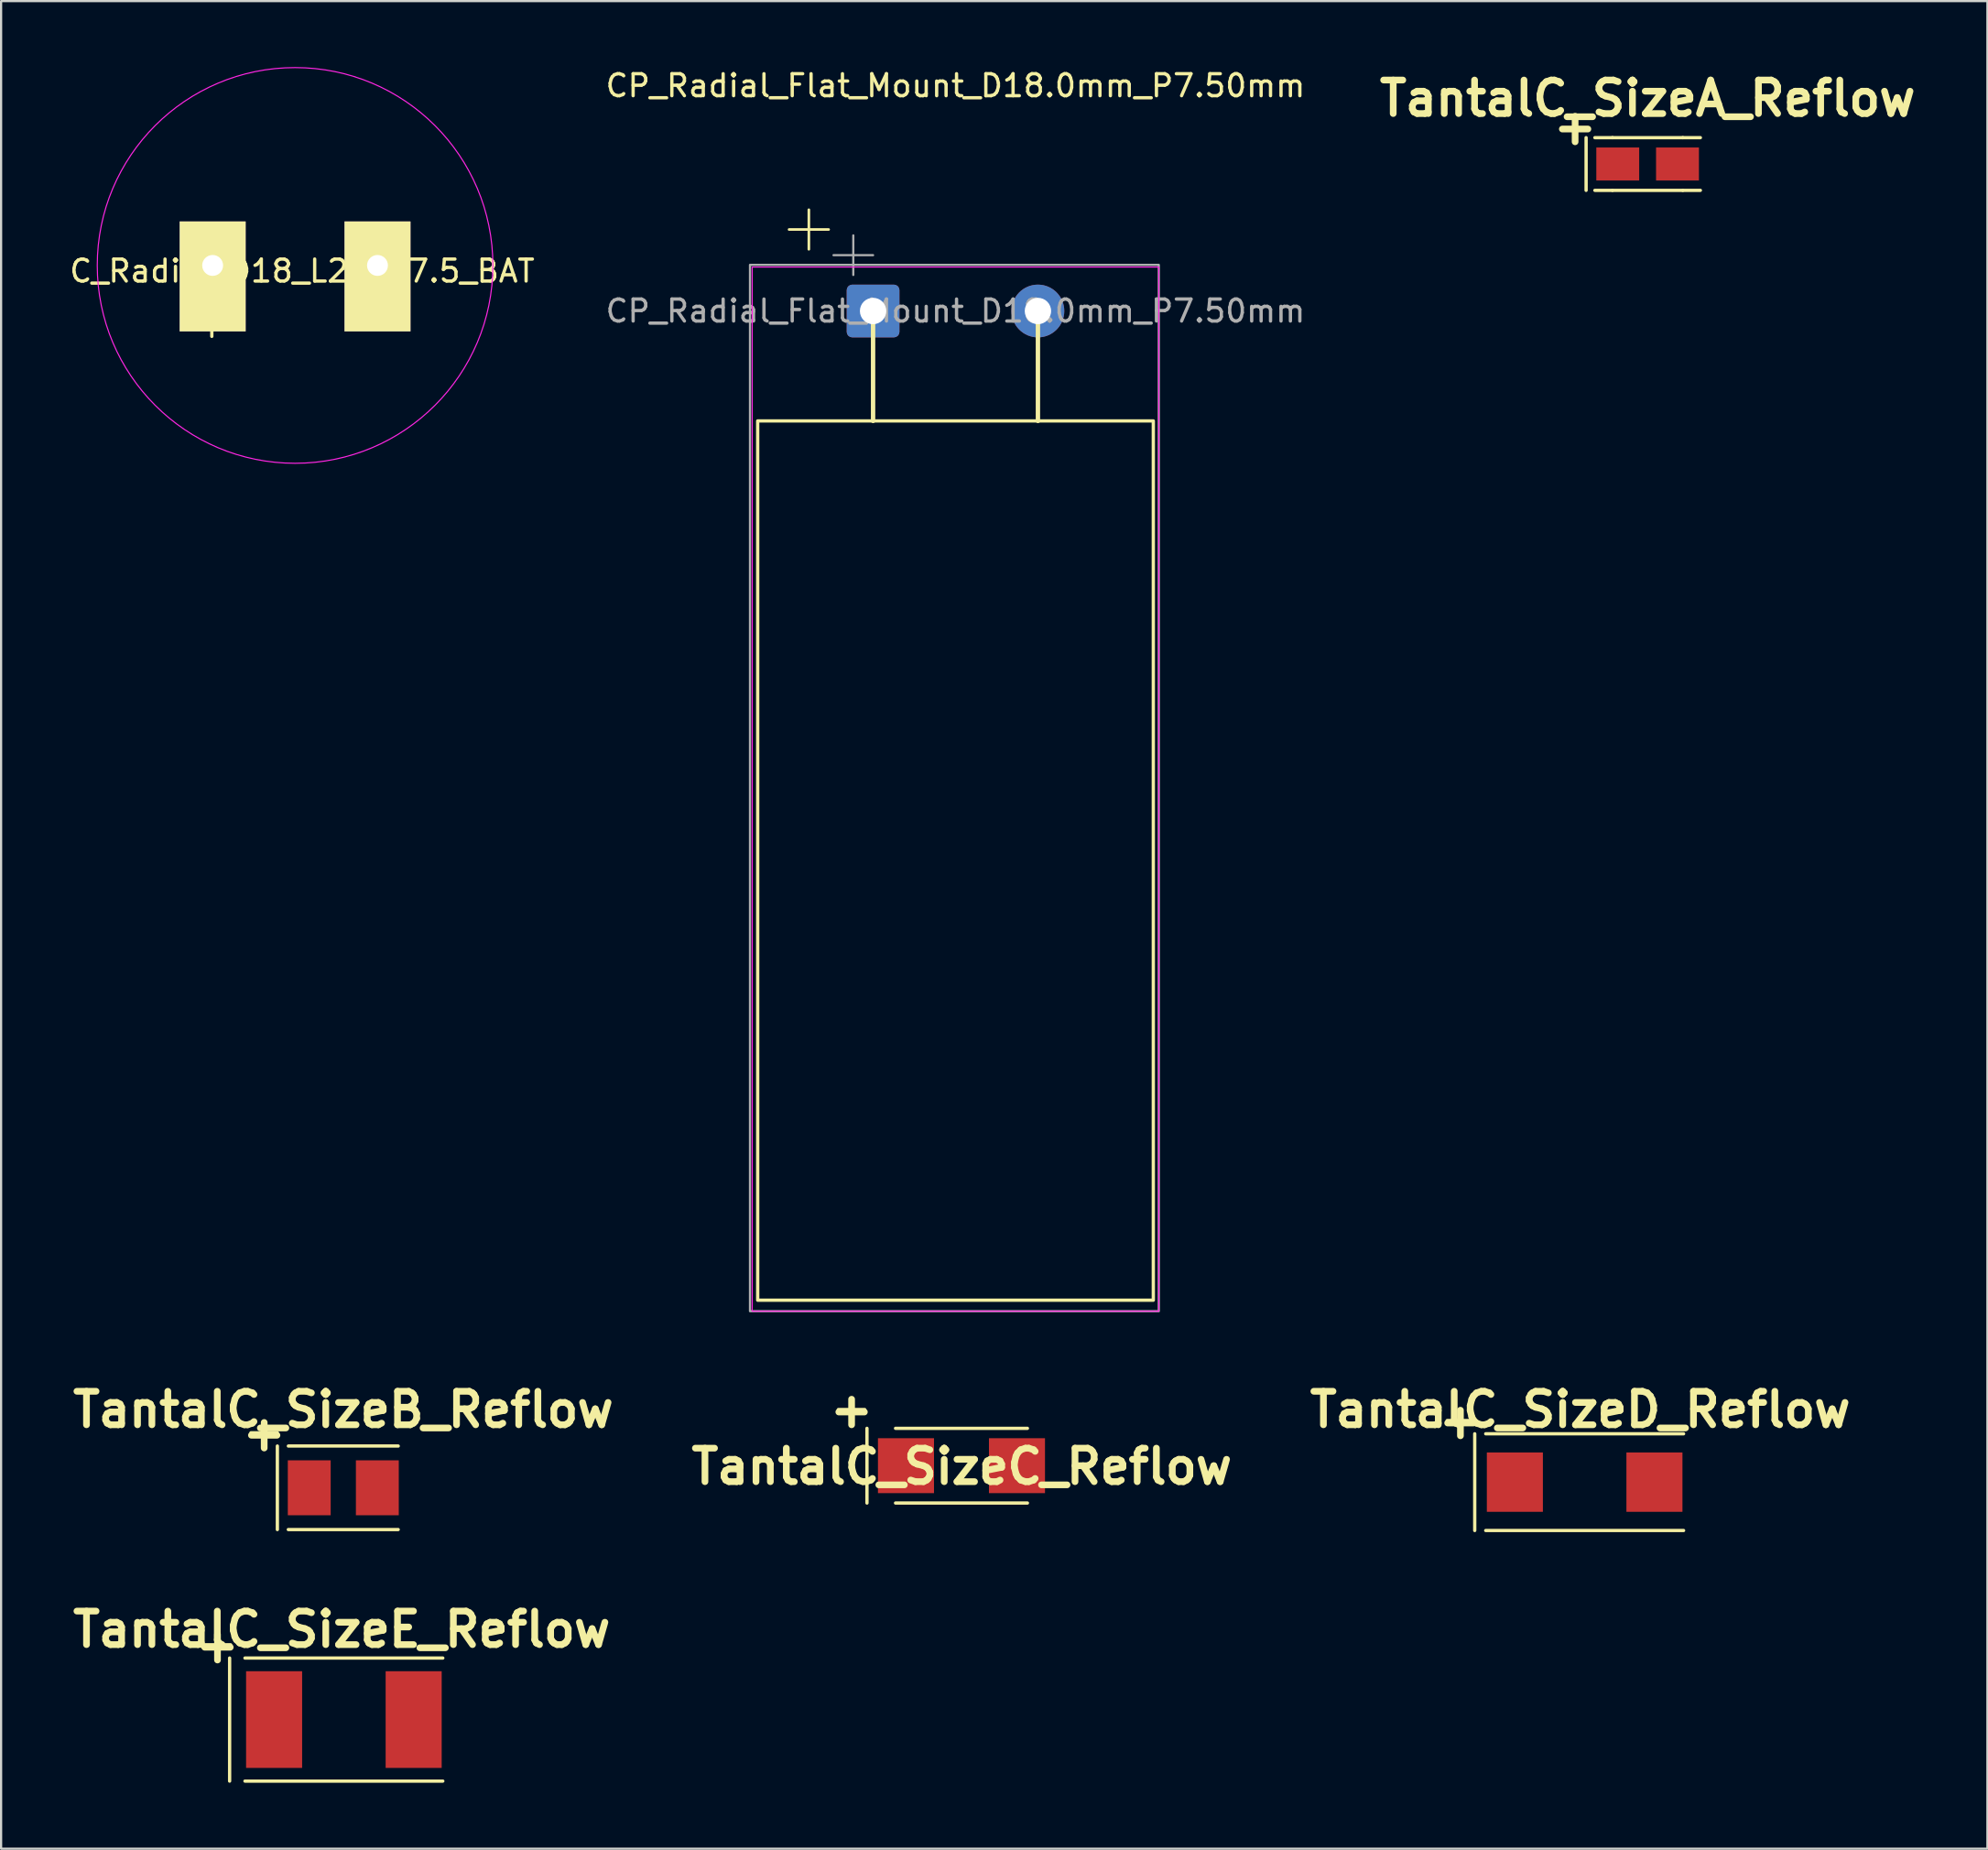
<source format=kicad_pcb>
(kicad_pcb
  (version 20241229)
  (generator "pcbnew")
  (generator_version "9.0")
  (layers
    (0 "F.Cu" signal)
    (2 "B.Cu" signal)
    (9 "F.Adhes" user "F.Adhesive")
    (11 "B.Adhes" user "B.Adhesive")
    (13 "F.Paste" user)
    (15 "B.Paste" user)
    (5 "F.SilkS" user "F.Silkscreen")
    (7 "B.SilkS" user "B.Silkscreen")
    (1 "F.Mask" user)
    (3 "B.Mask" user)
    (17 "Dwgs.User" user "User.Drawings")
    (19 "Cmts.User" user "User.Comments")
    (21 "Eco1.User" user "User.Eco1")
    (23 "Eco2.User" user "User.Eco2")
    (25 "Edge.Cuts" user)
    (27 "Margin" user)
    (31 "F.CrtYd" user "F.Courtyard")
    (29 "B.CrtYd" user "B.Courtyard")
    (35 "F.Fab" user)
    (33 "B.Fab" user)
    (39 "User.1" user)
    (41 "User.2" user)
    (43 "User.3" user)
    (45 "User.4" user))
  (footprint "TantalC_SizeE_Reflow"
    (layer "F.Cu")
    (at 12.596 75.175)
    (property "Reference" "TantalC_SizeE_Reflow" (at -0.099 -4.1 0) (layer "F.SilkS") (effects (font (size 1.524 1.524) (thickness 0.305))))
    (attr smd)
    (fp_line (start -6.353 -3.401) (end -5.154 -3.401) (stroke (width 0.15) (type solid)) (layer "F.SilkS"))
    (fp_line (start -5.753 -3.901) (end -5.753 -2.802) (stroke (width 0.15) (type solid)) (layer "F.SilkS"))
    (fp_line (start -5.199 -2.799) (end -5.199 2.799) (stroke (width 0.15) (type solid)) (layer "F.SilkS"))
    (fp_line (start -4.501 2.799) (end 4.501 2.799) (stroke (width 0.15) (type solid)) (layer "F.SilkS"))
    (fp_line (start 4.501 -2.799) (end -4.501 -2.799) (stroke (width 0.15) (type solid)) (layer "F.SilkS"))
    (fp_text user "+" (at -5.751 -3.399 0) (layer "F.SilkS") (effects (font (size 1.524 1.524) (thickness 0.305))))
    (pad "1" smd rect (at -3.175 0) (size 2.55 4.399) (layers "F.Cu" "F.Mask" "F.Paste"))
    (pad "2" smd rect (at 3.175 0) (size 2.55 4.399) (layers "F.Cu" "F.Mask" "F.Paste")))
  (footprint "CP_Radial_Flat_Mount_D18.0mm_P7.50mm"
    (layer "F.Cu")
    (at 36.673 11.098)
    (property "Reference" "CP_Radial_Flat_Mount_D18.0mm_P7.50mm" (at 3.75 -10.25 0) (layer "F.SilkS") (effects (font (size 1 1) (thickness 0.15))))
    (attr through_hole)
    (fp_line (start -3.822 -3.708) (end -2.022 -3.708) (stroke (width 0.12) (type solid)) (layer "F.SilkS"))
    (fp_line (start -2.922 -4.607) (end -2.922 -2.808) (stroke (width 0.12) (type solid)) (layer "F.SilkS"))
    (fp_line (start 0 5) (end 0 0) (stroke (width 0.2) (type solid)) (layer "F.SilkS"))
    (fp_line (start 7.5 0) (end 7.5 5) (stroke (width 0.2) (type solid)) (layer "F.SilkS"))
    (fp_rect (start -5.25 5) (end 12.75 45) (stroke (width 0.15) (type solid)) (fill no) (layer "F.SilkS"))
    (fp_rect (start -5.5 -2) (end 13 45.5) (stroke (width 0.05) (type solid)) (fill no) (layer "F.CrtYd"))
    (fp_line (start -1.8 -2.54) (end 0 -2.54) (stroke (width 0.1) (type solid)) (layer "F.Fab"))
    (fp_line (start -0.9 -3.44) (end -0.9 -1.64) (stroke (width 0.1) (type solid)) (layer "F.Fab"))
    (fp_rect (start -5.6 -2.1) (end 13 45.5) (stroke (width 0.1) (type solid)) (fill no) (layer "F.Fab"))
    (fp_text user "${REFERENCE}" (at 3.75 0 0) (layer "F.Fab") (effects (font (size 1 1) (thickness 0.15))))
    (pad "1" thru_hole roundrect (at 0 0) (size 2.4 2.4) (drill 1.2) (layers "*.Cu" "*.Mask") (roundrect_rratio 0.104))
    (pad "2" thru_hole circle (at 7.5 0) (size 2.4 2.4) (drill 1.2) (layers "*.Cu" "*.Mask")))
  (footprint "TantalC_SizeB_Reflow"
    (layer "F.Cu")
    (at 12.569 64.631)
    (property "Reference" "TantalC_SizeB_Reflow" (at 0 -3.556 0) (layer "F.SilkS") (effects (font (size 1.524 1.524) (thickness 0.305))))
    (attr smd)
    (fp_line (start -4.201 -2.502) (end -3.002 -2.502) (stroke (width 0.15) (type solid)) (layer "F.SilkS"))
    (fp_line (start -3.602 -3.002) (end -3.602 -1.902) (stroke (width 0.15) (type solid)) (layer "F.SilkS"))
    (fp_line (start -3 -1.9) (end -3 1.9) (stroke (width 0.15) (type solid)) (layer "F.SilkS"))
    (fp_line (start 2.497 1.9) (end -2.502 1.9) (stroke (width 0.15) (type solid)) (layer "F.SilkS"))
    (fp_line (start 2.499 -1.9) (end -2.499 -1.9) (stroke (width 0.15) (type solid)) (layer "F.SilkS"))
    (fp_text user "+" (at -3.599 -2.499 0) (layer "F.SilkS") (effects (font (size 1.524 1.524) (thickness 0.305))))
    (pad "1" smd rect (at -1.549 0) (size 1.951 2.499) (layers "F.Cu" "F.Mask" "F.Paste"))
    (pad "2" smd rect (at 1.549 0) (size 1.951 2.499) (layers "F.Cu" "F.Mask" "F.Paste")))
  (footprint "TantalC_SizeD_Reflow"
    (layer "F.Cu")
    (at 69.048 64.374)
    (property "Reference" "TantalC_SizeD_Reflow" (at -0.201 -3.299 0) (layer "F.SilkS") (effects (font (size 1.524 1.524) (thickness 0.305))))
    (attr smd)
    (fp_line (start -6.253 -2.802) (end -5.055 -2.802) (stroke (width 0.15) (type solid)) (layer "F.SilkS"))
    (fp_line (start -5.654 -3.302) (end -5.654 -2.202) (stroke (width 0.15) (type solid)) (layer "F.SilkS"))
    (fp_line (start -5.001 -2.2) (end -5.001 2.2) (stroke (width 0.15) (type solid)) (layer "F.SilkS"))
    (fp_line (start -4.501 2.2) (end 4.501 2.2) (stroke (width 0.15) (type solid)) (layer "F.SilkS"))
    (fp_line (start 4.501 -2.2) (end -4.501 -2.2) (stroke (width 0.15) (type solid)) (layer "F.SilkS"))
    (fp_text user "+" (at -5.652 -2.799 0) (layer "F.SilkS") (effects (font (size 1.524 1.524) (thickness 0.305))))
    (pad "1" smd rect (at -3.175 0) (size 2.55 2.7) (layers "F.Cu" "F.Mask" "F.Paste"))
    (pad "2" smd rect (at 3.175 0) (size 2.55 2.7) (layers "F.Cu" "F.Mask" "F.Paste")))
  (footprint "TantalC_SizeA_Reflow"
    (layer "F.Cu")
    (at 71.913 4.474)
    (property "Reference" "TantalC_SizeA_Reflow" (at 0 -3.048 0) (layer "F.SilkS") (effects (font (size 1.524 1.524) (thickness 0.305))))
    (attr smd)
    (fp_line (start -2.799 -1.262) (end -2.799 1.135) (stroke (width 0.15) (type solid)) (layer "F.SilkS"))
    (fp_line (start -1.6 -1.262) (end -2.4 -1.262) (stroke (width 0.15) (type solid)) (layer "F.SilkS"))
    (fp_line (start -1.6 1.135) (end -2.4 1.135) (stroke (width 0.15) (type solid)) (layer "F.SilkS"))
    (fp_line (start 1.6 -1.262) (end -1.6 -1.262) (stroke (width 0.15) (type solid)) (layer "F.SilkS"))
    (fp_line (start 1.6 -1.262) (end 2.4 -1.262) (stroke (width 0.15) (type solid)) (layer "F.SilkS"))
    (fp_line (start 1.6 1.135) (end -1.6 1.135) (stroke (width 0.15) (type solid)) (layer "F.SilkS"))
    (fp_line (start 1.6 1.135) (end 2.4 1.135) (stroke (width 0.15) (type solid)) (layer "F.SilkS"))
    (fp_text user "+" (at -3.299 -1.763 0) (layer "F.SilkS") (effects (font (size 1.524 1.524) (thickness 0.305))))
    (pad "1" smd rect (at -1.359 -0.064) (size 1.951 1.501) (layers "F.Cu" "F.Mask" "F.Paste"))
    (pad "2" smd rect (at 1.359 -0.064) (size 1.951 1.501) (layers "F.Cu" "F.Mask" "F.Paste")))
  (footprint "TantalC_SizeC_Reflow"
    (layer "F.Cu")
    (at 40.695 63.625)
    (property "Reference" "TantalC_SizeC_Reflow" (at 0.013 0.038 0) (layer "F.SilkS") (effects (font (size 1.524 1.524) (thickness 0.305))))
    (attr smd)
    (fp_line (start -5.601 -2.553) (end -4.402 -2.553) (stroke (width 0.15) (type solid)) (layer "F.SilkS"))
    (fp_line (start -5.001 -3.053) (end -5.001 -1.953) (stroke (width 0.15) (type solid)) (layer "F.SilkS"))
    (fp_line (start -4.3 -1.699) (end -4.3 1.699) (stroke (width 0.15) (type solid)) (layer "F.SilkS"))
    (fp_line (start 3 -1.699) (end -3 -1.699) (stroke (width 0.15) (type solid)) (layer "F.SilkS"))
    (fp_line (start 3 1.699) (end -3 1.699) (stroke (width 0.15) (type solid)) (layer "F.SilkS"))
    (fp_text user "+" (at -4.999 -2.55 0) (layer "F.SilkS") (effects (font (size 1.524 1.524) (thickness 0.305))))
    (pad "1" smd rect (at -2.525 0) (size 2.55 2.499) (layers "F.Cu" "F.Mask" "F.Paste"))
    (pad "2" smd rect (at 2.525 0) (size 2.55 2.499) (layers "F.Cu" "F.Mask" "F.Paste")))
  (footprint "C_Radial_D18_L25_P7.5_BAT"
    (layer "F.Cu")
    (at 6.625 9.025)
    (property "Reference" "C_Radial_D18_L25_P7.5_BAT" (at 4.071 0.254 0) (layer "F.SilkS") (effects (font (size 1 1) (thickness 0.15))))
    (attr through_hole)
    (fp_circle (center 7.5 0) (end 7.5 -1) (stroke (width 0.15) (type solid)) (fill no) (layer "F.SilkS"))
    (fp_circle (center 3.75 0) (end 3.75 9) (stroke (width 0.05) (type solid)) (fill no) (layer "F.CrtYd"))
    (fp_text user "+" (at -0.038 2.54 0) (layer "F.SilkS") (effects (font (size 1.5 1.5) (thickness 0.15))))
    (pad "1" thru_hole rect (at 0 0) (size 3 5) (drill 0.95 (offset 0 0.5)) (layers "*.Cu" "*.Mask" "F.SilkS"))
    (pad "2" thru_hole rect (at 7.5 0) (size 3 5) (drill 0.95 (offset 0 0.5)) (layers "*.Cu" "*.Mask" "F.SilkS")))
  (gr_rect
    (start -3 -3)
    (end 87.373 81.049)
    (stroke (width 0.1) (type default))
    (fill no)
    (layer "Edge.Cuts")))
</source>
